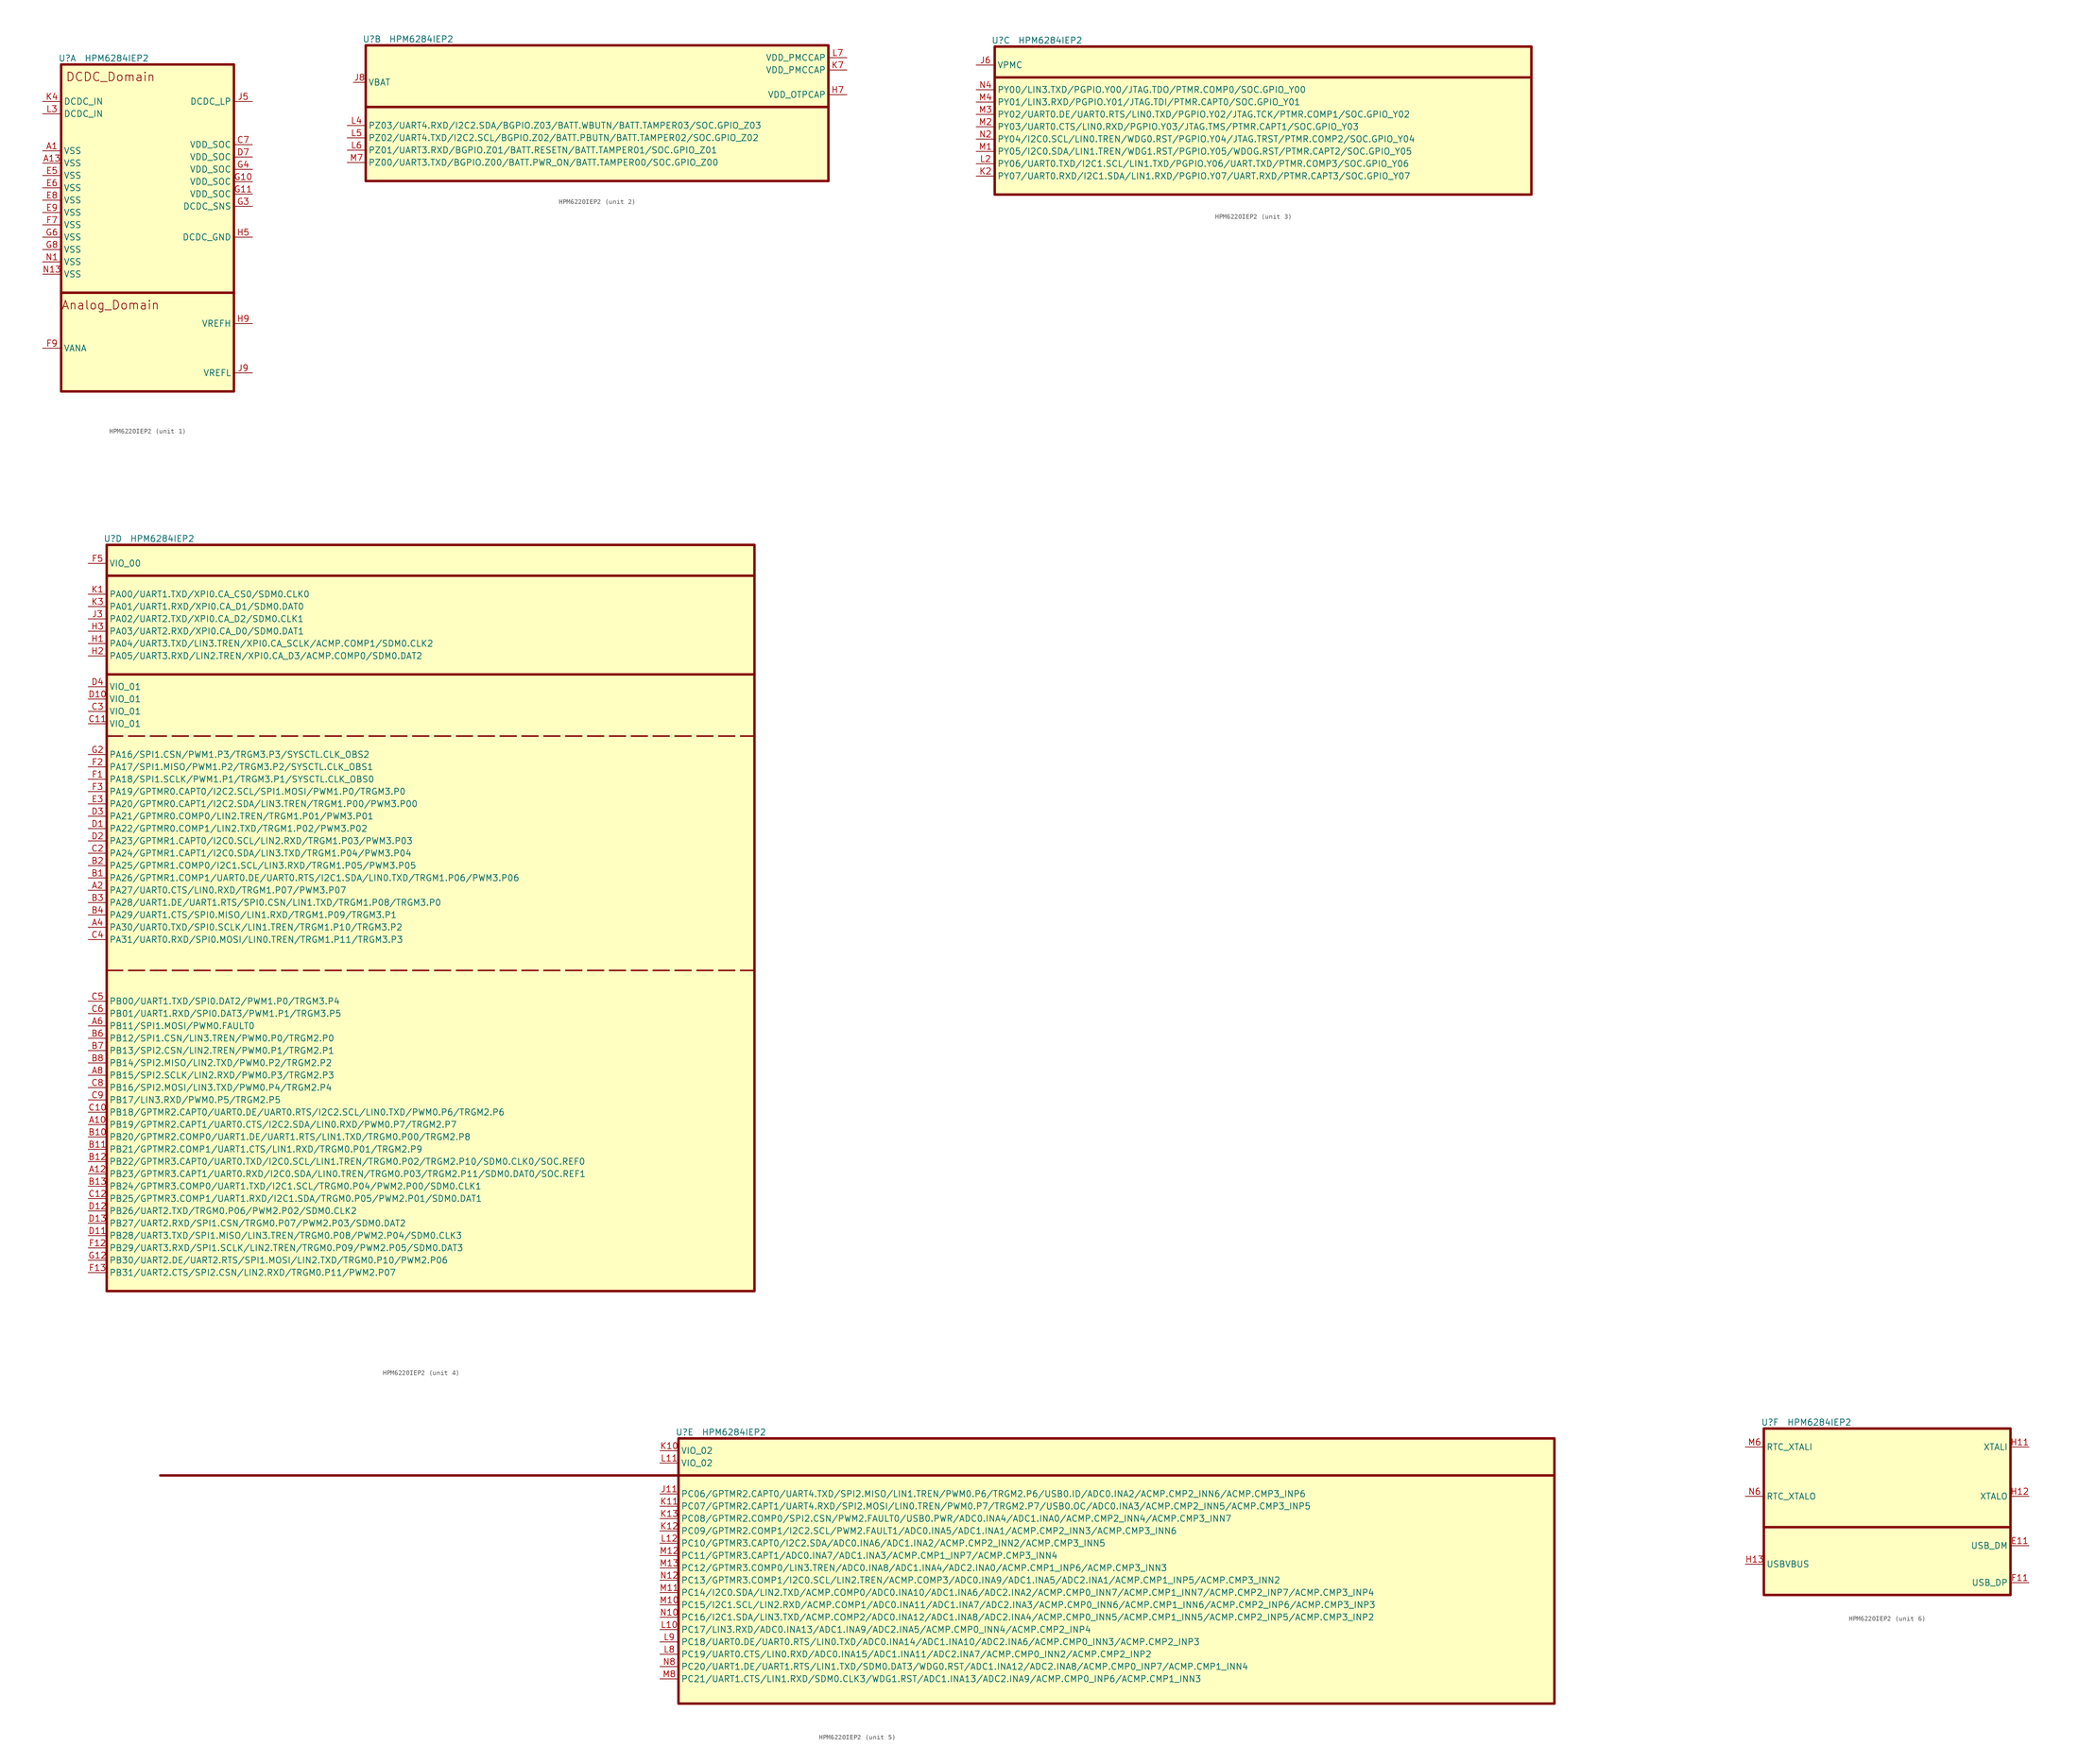
<source format=kicad_sym>
(kicad_symbol_lib
  (version 20220914)
  (generator kicad_symbol_editor)
  (symbol "HPM6220IEP2"
    (property "Reference" "U"
      (at 1.27 1.27 0)
      (effects (font (size 1.27 1.27))))
    (property "Value" "HPM6284IEP2"
      (at 11.43 1.27 0)
      (effects (font (size 1.27 1.27))))
    (symbol "HPM6220IEP2_1_1"
      (polyline (pts (xy 0 -46.99) (xy 35.56 -46.99)) (stroke (width 0.508) (type default)) (fill (type none)))
      (rectangle (start 0 0) (end 35.56 -67.31) (stroke (width 0.5) (type default)) (fill (type background)))
      (text "Analog_Domain" (at 10.16 -49.53 0) (effects (font (size 1.778 1.778))))
      (text "DCDC_Domain" (at 10.16 -2.54 0) (effects (font (size 1.778 1.778))))
      (pin power_out line (at -3.81 -17.78 0) (length 3.81) (name "VSS" (effects (font (size 1.27 1.27)))) (number "A1" (effects (font (size 1.27 1.27)))))
      (pin power_out line (at -3.81 -20.32 0) (length 3.81) (name "VSS" (effects (font (size 1.27 1.27)))) (number "A13" (effects (font (size 1.27 1.27)))))
      (pin power_in line (at 39.37 -16.51 180) (length 3.81) (name "VDD_SOC" (effects (font (size 1.27 1.27)))) (number "C7" (effects (font (size 1.27 1.27)))))
      (pin power_in line (at 39.37 -19.05 180) (length 3.81) (name "VDD_SOC" (effects (font (size 1.27 1.27)))) (number "D7" (effects (font (size 1.27 1.27)))))
      (pin power_out line (at -3.81 -22.86 0) (length 3.81) (name "VSS" (effects (font (size 1.27 1.27)))) (number "E5" (effects (font (size 1.27 1.27)))))
      (pin power_out line (at -3.81 -25.4 0) (length 3.81) (name "VSS" (effects (font (size 1.27 1.27)))) (number "E6" (effects (font (size 1.27 1.27)))))
      (pin power_out line (at -3.81 -27.94 0) (length 3.81) (name "VSS" (effects (font (size 1.27 1.27)))) (number "E8" (effects (font (size 1.27 1.27)))))
      (pin power_out line (at -3.81 -30.48 0) (length 3.81) (name "VSS" (effects (font (size 1.27 1.27)))) (number "E9" (effects (font (size 1.27 1.27)))))
      (pin power_out line (at -3.81 -33.02 0) (length 3.81) (name "VSS" (effects (font (size 1.27 1.27)))) (number "F7" (effects (font (size 1.27 1.27)))))
      (pin power_in line (at -3.81 -58.42 0) (length 3.81) (name "VANA" (effects (font (size 1.27 1.27)))) (number "F9" (effects (font (size 1.27 1.27)))))
      (pin power_in line (at 39.37 -24.13 180) (length 3.81) (name "VDD_SOC" (effects (font (size 1.27 1.27)))) (number "G10" (effects (font (size 1.27 1.27)))))
      (pin power_in line (at 39.37 -26.67 180) (length 3.81) (name "VDD_SOC" (effects (font (size 1.27 1.27)))) (number "G11" (effects (font (size 1.27 1.27)))))
      (pin input line (at 39.37 -29.21 180) (length 3.81) (name "DCDC_SNS" (effects (font (size 1.27 1.27)))) (number "G3" (effects (font (size 1.27 1.27)))))
      (pin power_in line (at 39.37 -21.59 180) (length 3.81) (name "VDD_SOC" (effects (font (size 1.27 1.27)))) (number "G4" (effects (font (size 1.27 1.27)))))
      (pin power_out line (at -3.81 -35.56 0) (length 3.81) (name "VSS" (effects (font (size 1.27 1.27)))) (number "G6" (effects (font (size 1.27 1.27)))))
      (pin power_out line (at -3.81 -38.1 0) (length 3.81) (name "VSS" (effects (font (size 1.27 1.27)))) (number "G8" (effects (font (size 1.27 1.27)))))
      (pin power_out line (at 39.37 -35.56 180) (length 3.81) (name "DCDC_GND" (effects (font (size 1.27 1.27)))) (number "H5" (effects (font (size 1.27 1.27)))))
      (pin power_in line (at 39.37 -53.34 180) (length 3.81) (name "VREFH" (effects (font (size 1.27 1.27)))) (number "H9" (effects (font (size 1.27 1.27)))))
      (pin power_out line (at 39.37 -7.62 180) (length 3.81) (name "DCDC_LP" (effects (font (size 1.27 1.27)))) (number "J5" (effects (font (size 1.27 1.27)))))
      (pin power_out line (at 39.37 -63.5 180) (length 3.81) (name "VREFL" (effects (font (size 1.27 1.27)))) (number "J9" (effects (font (size 1.27 1.27)))))
      (pin power_out line (at -3.81 -7.62 0) (length 3.81) (name "DCDC_IN" (effects (font (size 1.27 1.27)))) (number "K4" (effects (font (size 1.27 1.27)))))
      (pin power_out line (at -3.81 -10.16 0) (length 3.81) (name "DCDC_IN" (effects (font (size 1.27 1.27)))) (number "L3" (effects (font (size 1.27 1.27)))))
      (pin power_out line (at -3.81 -40.64 0) (length 3.81) (name "VSS" (effects (font (size 1.27 1.27)))) (number "N1" (effects (font (size 1.27 1.27)))))
      (pin power_out line (at -3.81 -43.18 0) (length 3.81) (name "VSS" (effects (font (size 1.27 1.27)))) (number "N13" (effects (font (size 1.27 1.27))))))
    (symbol "HPM6220IEP2_2_1"
      (polyline (pts (xy 0 -12.7) (xy 95.25 -12.7)) (stroke (width 0.508) (type default)) (fill (type none)))
      (rectangle (start 0 0) (end 95.25 -27.94) (stroke (width 0.508) (type default)) (fill (type background)))
      (pin power_out line (at 99.06 -10.16 180) (length 3.81) (name "VDD_OTPCAP" (effects (font (size 1.27 1.27)))) (number "H7" (effects (font (size 1.27 1.27)))))
      (pin power_in line (at -2.54 -7.62 0) (length 2.54) (name "VBAT" (effects (font (size 1.27 1.27)))) (number "J8" (effects (font (size 1.27 1.27)))))
      (pin power_out line (at 99.06 -5.08 180) (length 3.81) (name "VDD_PMCCAP" (effects (font (size 1.27 1.27)))) (number "K7" (effects (font (size 1.27 1.27)))))
      (pin bidirectional line (at -3.81 -16.51 0) (length 3.81) (name "PZ03/UART4.RXD/I2C2.SDA/BGPIO.Z03/BATT.WBUTN/BATT.TAMPER03/SOC.GPIO_Z03" (effects (font (size 1.27 1.27)))) (number "L4" (effects (font (size 1.27 1.27)))))
      (pin bidirectional line (at -3.81 -19.05 0) (length 3.81) (name "PZ02/UART4.TXD/I2C2.SCL/BGPIO.Z02/BATT.PBUTN/BATT.TAMPER02/SOC.GPIO_Z02" (effects (font (size 1.27 1.27)))) (number "L5" (effects (font (size 1.27 1.27)))))
      (pin bidirectional line (at -3.81 -21.59 0) (length 3.81) (name "PZ01/UART3.RXD/BGPIO.Z01/BATT.RESETN/BATT.TAMPER01/SOC.GPIO_Z01" (effects (font (size 1.27 1.27)))) (number "L6" (effects (font (size 1.27 1.27)))))
      (pin power_out line (at 99.06 -2.54 180) (length 3.81) (name "VDD_PMCCAP" (effects (font (size 1.27 1.27)))) (number "L7" (effects (font (size 1.27 1.27)))))
      (pin bidirectional line (at -3.81 -24.13 0) (length 3.81) (name "PZ00/UART3.TXD/BGPIO.Z00/BATT.PWR_ON/BATT.TAMPER00/SOC.GPIO_Z00" (effects (font (size 1.27 1.27)))) (number "M7" (effects (font (size 1.27 1.27))))))
    (symbol "HPM6220IEP2_3_1"
      (polyline (pts (xy 0 -6.35) (xy 110.49 -6.35)) (stroke (width 0.5) (type default)) (fill (type none)))
      (rectangle (start 0 0) (end 110.49 -30.48) (stroke (width 0.508) (type default)) (fill (type background)))
      (pin power_in line (at -3.81 -3.81 0) (length 3.81) (name "VPMC" (effects (font (size 1.27 1.27)))) (number "J6" (effects (font (size 1.27 1.27)))))
      (pin bidirectional line (at -3.81 -26.67 0) (length 3.81) (name "PY07/UART0.RXD/I2C1.SDA/LIN1.RXD/PGPIO.Y07/UART.RXD/PTMR.CAPT3/SOC.GPIO_Y07" (effects (font (size 1.27 1.27)))) (number "K2" (effects (font (size 1.27 1.27)))))
      (pin bidirectional line (at -3.81 -24.13 0) (length 3.81) (name "PY06/UART0.TXD/I2C1.SCL/LIN1.TXD/PGPIO.Y06/UART.TXD/PTMR.COMP3/SOC.GPIO_Y06" (effects (font (size 1.27 1.27)))) (number "L2" (effects (font (size 1.27 1.27)))))
      (pin bidirectional line (at -3.81 -21.59 0) (length 3.81) (name "PY05/I2C0.SDA/LIN1.TREN/WDG1.RST/PGPIO.Y05/WDOG.RST/PTMR.CAPT2/SOC.GPIO_Y05" (effects (font (size 1.27 1.27)))) (number "M1" (effects (font (size 1.27 1.27)))))
      (pin bidirectional line (at -3.81 -16.51 0) (length 3.81) (name "PY03/UART0.CTS/LIN0.RXD/PGPIO.Y03/JTAG.TMS/PTMR.CAPT1/SOC.GPIO_Y03" (effects (font (size 1.27 1.27)))) (number "M2" (effects (font (size 1.27 1.27)))))
      (pin bidirectional line (at -3.81 -13.97 0) (length 3.81) (name "PY02/UART0.DE/UART0.RTS/LIN0.TXD/PGPIO.Y02/JTAG.TCK/PTMR.COMP1/SOC.GPIO_Y02" (effects (font (size 1.27 1.27)))) (number "M3" (effects (font (size 1.27 1.27)))))
      (pin bidirectional line (at -3.81 -11.43 0) (length 3.81) (name "PY01/LIN3.RXD/PGPIO.Y01/JTAG.TDI/PTMR.CAPT0/SOC.GPIO_Y01" (effects (font (size 1.27 1.27)))) (number "M4" (effects (font (size 1.27 1.27)))))
      (pin bidirectional line (at -3.81 -19.05 0) (length 3.81) (name "PY04/I2C0.SCL/LIN0.TREN/WDG0.RST/PGPIO.Y04/JTAG.TRST/PTMR.COMP2/SOC.GPIO_Y04" (effects (font (size 1.27 1.27)))) (number "N2" (effects (font (size 1.27 1.27)))))
      (pin bidirectional line (at -3.81 -8.89 0) (length 3.81) (name "PY00/LIN3.TXD/PGPIO.Y00/JTAG.TDO/PTMR.COMP0/SOC.GPIO_Y00" (effects (font (size 1.27 1.27)))) (number "N4" (effects (font (size 1.27 1.27))))))
    (symbol "HPM6220IEP2_4_1"
      (polyline (pts (xy 0 -87.63) (xy 133.35 -87.63)) (stroke (width 0.3) (type dash)) (fill (type none)))
      (polyline (pts (xy 0 -39.37) (xy 133.35 -39.37)) (stroke (width 0.3) (type dash)) (fill (type none)))
      (polyline (pts (xy 0 -26.67) (xy 133.35 -26.67)) (stroke (width 0.5) (type default)) (fill (type none)))
      (polyline (pts (xy 0 -6.35) (xy 133.35 -6.35)) (stroke (width 0.5) (type default)) (fill (type none)))
      (rectangle (start 0 0) (end 133.35 -153.67) (stroke (width 0.508) (type default)) (fill (type background)))
      (pin bidirectional line (at -3.81 -119.38 0) (length 3.81) (name "PB19/GPTMR2.CAPT1/UART0.CTS/I2C2.SDA/LIN0.RXD/PWM0.P7/TRGM2.P7" (effects (font (size 1.27 1.27)))) (number "A10" (effects (font (size 1.27 1.27)))))
      (pin bidirectional line (at -3.81 -129.54 0) (length 3.81) (name "PB23/GPTMR3.CAPT1/UART0.RXD/I2C0.SDA/LIN0.TREN/TRGM0.P03/TRGM2.P11/SDM0.DAT0/SOC.REF1" (effects (font (size 1.27 1.27)))) (number "A12" (effects (font (size 1.27 1.27)))))
      (pin bidirectional line (at -3.81 -71.12 0) (length 3.81) (name "PA27/UART0.CTS/LIN0.RXD/TRGM1.P07/PWM3.P07" (effects (font (size 1.27 1.27)))) (number "A2" (effects (font (size 1.27 1.27)))))
      (pin bidirectional line (at -3.81 -78.74 0) (length 3.81) (name "PA30/UART0.TXD/SPI0.SCLK/LIN1.TREN/TRGM1.P10/TRGM3.P2" (effects (font (size 1.27 1.27)))) (number "A4" (effects (font (size 1.27 1.27)))))
      (pin bidirectional line (at -3.81 -99.06 0) (length 3.81) (name "PB11/SPI1.MOSI/PWM0.FAULT0" (effects (font (size 1.27 1.27)))) (number "A6" (effects (font (size 1.27 1.27)))))
      (pin bidirectional line (at -3.81 -109.22 0) (length 3.81) (name "PB15/SPI2.SCLK/LIN2.RXD/PWM0.P3/TRGM2.P3" (effects (font (size 1.27 1.27)))) (number "A8" (effects (font (size 1.27 1.27)))))
      (pin bidirectional line (at -3.81 -68.58 0) (length 3.81) (name "PA26/GPTMR1.COMP1/UART0.DE/UART0.RTS/I2C1.SDA/LIN0.TXD/TRGM1.P06/PWM3.P06" (effects (font (size 1.27 1.27)))) (number "B1" (effects (font (size 1.27 1.27)))))
      (pin bidirectional line (at -3.81 -121.92 0) (length 3.81) (name "PB20/GPTMR2.COMP0/UART1.DE/UART1.RTS/LIN1.TXD/TRGM0.P00/TRGM2.P8" (effects (font (size 1.27 1.27)))) (number "B10" (effects (font (size 1.27 1.27)))))
      (pin bidirectional line (at -3.81 -124.46 0) (length 3.81) (name "PB21/GPTMR2.COMP1/UART1.CTS/LIN1.RXD/TRGM0.P01/TRGM2.P9" (effects (font (size 1.27 1.27)))) (number "B11" (effects (font (size 1.27 1.27)))))
      (pin bidirectional line (at -3.81 -127 0) (length 3.81) (name "PB22/GPTMR3.CAPT0/UART0.TXD/I2C0.SCL/LIN1.TREN/TRGM0.P02/TRGM2.P10/SDM0.CLK0/SOC.REF0" (effects (font (size 1.27 1.27)))) (number "B12" (effects (font (size 1.27 1.27)))))
      (pin bidirectional line (at -3.81 -132.08 0) (length 3.81) (name "PB24/GPTMR3.COMP0/UART1.TXD/I2C1.SCL/TRGM0.P04/PWM2.P00/SDM0.CLK1" (effects (font (size 1.27 1.27)))) (number "B13" (effects (font (size 1.27 1.27)))))
      (pin bidirectional line (at -3.81 -66.04 0) (length 3.81) (name "PA25/GPTMR1.COMP0/I2C1.SCL/LIN3.RXD/TRGM1.P05/PWM3.P05" (effects (font (size 1.27 1.27)))) (number "B2" (effects (font (size 1.27 1.27)))))
      (pin bidirectional line (at -3.81 -73.66 0) (length 3.81) (name "PA28/UART1.DE/UART1.RTS/SPI0.CSN/LIN1.TXD/TRGM1.P08/TRGM3.P0" (effects (font (size 1.27 1.27)))) (number "B3" (effects (font (size 1.27 1.27)))))
      (pin bidirectional line (at -3.81 -76.2 0) (length 3.81) (name "PA29/UART1.CTS/SPI0.MISO/LIN1.RXD/TRGM1.P09/TRGM3.P1" (effects (font (size 1.27 1.27)))) (number "B4" (effects (font (size 1.27 1.27)))))
      (pin bidirectional line (at -3.81 -101.6 0) (length 3.81) (name "PB12/SPI1.CSN/LIN3.TREN/PWM0.P0/TRGM2.P0" (effects (font (size 1.27 1.27)))) (number "B6" (effects (font (size 1.27 1.27)))))
      (pin bidirectional line (at -3.81 -104.14 0) (length 3.81) (name "PB13/SPI2.CSN/LIN2.TREN/PWM0.P1/TRGM2.P1" (effects (font (size 1.27 1.27)))) (number "B7" (effects (font (size 1.27 1.27)))))
      (pin bidirectional line (at -3.81 -106.68 0) (length 3.81) (name "PB14/SPI2.MISO/LIN2.TXD/PWM0.P2/TRGM2.P2" (effects (font (size 1.27 1.27)))) (number "B8" (effects (font (size 1.27 1.27)))))
      (pin bidirectional line (at -3.81 -116.84 0) (length 3.81) (name "PB18/GPTMR2.CAPT0/UART0.DE/UART0.RTS/I2C2.SCL/LIN0.TXD/PWM0.P6/TRGM2.P6" (effects (font (size 1.27 1.27)))) (number "C10" (effects (font (size 1.27 1.27)))))
      (pin power_in line (at -3.81 -36.83 0) (length 3.81) (name "VIO_01" (effects (font (size 1.27 1.27)))) (number "C11" (effects (font (size 1.27 1.27)))))
      (pin bidirectional line (at -3.81 -134.62 0) (length 3.81) (name "PB25/GPTMR3.COMP1/UART1.RXD/I2C1.SDA/TRGM0.P05/PWM2.P01/SDM0.DAT1" (effects (font (size 1.27 1.27)))) (number "C12" (effects (font (size 1.27 1.27)))))
      (pin bidirectional line (at -3.81 -63.5 0) (length 3.81) (name "PA24/GPTMR1.CAPT1/I2C0.SDA/LIN3.TXD/TRGM1.P04/PWM3.P04" (effects (font (size 1.27 1.27)))) (number "C2" (effects (font (size 1.27 1.27)))))
      (pin power_in line (at -3.81 -34.29 0) (length 3.81) (name "VIO_01" (effects (font (size 1.27 1.27)))) (number "C3" (effects (font (size 1.27 1.27)))))
      (pin bidirectional line (at -3.81 -81.28 0) (length 3.81) (name "PA31/UART0.RXD/SPI0.MOSI/LIN0.TREN/TRGM1.P11/TRGM3.P3" (effects (font (size 1.27 1.27)))) (number "C4" (effects (font (size 1.27 1.27)))))
      (pin bidirectional line (at -3.81 -93.98 0) (length 3.81) (name "PB00/UART1.TXD/SPI0.DAT2/PWM1.P0/TRGM3.P4" (effects (font (size 1.27 1.27)))) (number "C5" (effects (font (size 1.27 1.27)))))
      (pin bidirectional line (at -3.81 -96.52 0) (length 3.81) (name "PB01/UART1.RXD/SPI0.DAT3/PWM1.P1/TRGM3.P5" (effects (font (size 1.27 1.27)))) (number "C6" (effects (font (size 1.27 1.27)))))
      (pin bidirectional line (at -3.81 -111.76 0) (length 3.81) (name "PB16/SPI2.MOSI/LIN3.TXD/PWM0.P4/TRGM2.P4" (effects (font (size 1.27 1.27)))) (number "C8" (effects (font (size 1.27 1.27)))))
      (pin bidirectional line (at -3.81 -114.3 0) (length 3.81) (name "PB17/LIN3.RXD/PWM0.P5/TRGM2.P5" (effects (font (size 1.27 1.27)))) (number "C9" (effects (font (size 1.27 1.27)))))
      (pin bidirectional line (at -3.81 -58.42 0) (length 3.81) (name "PA22/GPTMR0.COMP1/LIN2.TXD/TRGM1.P02/PWM3.P02" (effects (font (size 1.27 1.27)))) (number "D1" (effects (font (size 1.27 1.27)))))
      (pin power_in line (at -3.81 -31.75 0) (length 3.81) (name "VIO_01" (effects (font (size 1.27 1.27)))) (number "D10" (effects (font (size 1.27 1.27)))))
      (pin bidirectional line (at -3.81 -142.24 0) (length 3.81) (name "PB28/UART3.TXD/SPI1.MISO/LIN3.TREN/TRGM0.P08/PWM2.P04/SDM0.CLK3" (effects (font (size 1.27 1.27)))) (number "D11" (effects (font (size 1.27 1.27)))))
      (pin bidirectional line (at -3.81 -137.16 0) (length 3.81) (name "PB26/UART2.TXD/TRGM0.P06/PWM2.P02/SDM0.CLK2" (effects (font (size 1.27 1.27)))) (number "D12" (effects (font (size 1.27 1.27)))))
      (pin bidirectional line (at -3.81 -139.7 0) (length 3.81) (name "PB27/UART2.RXD/SPI1.CSN/TRGM0.P07/PWM2.P03/SDM0.DAT2" (effects (font (size 1.27 1.27)))) (number "D13" (effects (font (size 1.27 1.27)))))
      (pin bidirectional line (at -3.81 -60.96 0) (length 3.81) (name "PA23/GPTMR1.CAPT0/I2C0.SCL/LIN2.RXD/TRGM1.P03/PWM3.P03" (effects (font (size 1.27 1.27)))) (number "D2" (effects (font (size 1.27 1.27)))))
      (pin bidirectional line (at -3.81 -55.88 0) (length 3.81) (name "PA21/GPTMR0.COMP0/LIN2.TREN/TRGM1.P01/PWM3.P01" (effects (font (size 1.27 1.27)))) (number "D3" (effects (font (size 1.27 1.27)))))
      (pin power_in line (at -3.81 -29.21 0) (length 3.81) (name "VIO_01" (effects (font (size 1.27 1.27)))) (number "D4" (effects (font (size 1.27 1.27)))))
      (pin bidirectional line (at -3.81 -53.34 0) (length 3.81) (name "PA20/GPTMR0.CAPT1/I2C2.SDA/LIN3.TREN/TRGM1.P00/PWM3.P00" (effects (font (size 1.27 1.27)))) (number "E3" (effects (font (size 1.27 1.27)))))
      (pin bidirectional line (at -3.81 -48.26 0) (length 3.81) (name "PA18/SPI1.SCLK/PWM1.P1/TRGM3.P1/SYSCTL.CLK_OBS0" (effects (font (size 1.27 1.27)))) (number "F1" (effects (font (size 1.27 1.27)))))
      (pin bidirectional line (at -3.81 -144.78 0) (length 3.81) (name "PB29/UART3.RXD/SPI1.SCLK/LIN2.TREN/TRGM0.P09/PWM2.P05/SDM0.DAT3" (effects (font (size 1.27 1.27)))) (number "F12" (effects (font (size 1.27 1.27)))))
      (pin bidirectional line (at -3.81 -149.86 0) (length 3.81) (name "PB31/UART2.CTS/SPI2.CSN/LIN2.RXD/TRGM0.P11/PWM2.P07" (effects (font (size 1.27 1.27)))) (number "F13" (effects (font (size 1.27 1.27)))))
      (pin bidirectional line (at -3.81 -45.72 0) (length 3.81) (name "PA17/SPI1.MISO/PWM1.P2/TRGM3.P2/SYSCTL.CLK_OBS1" (effects (font (size 1.27 1.27)))) (number "F2" (effects (font (size 1.27 1.27)))))
      (pin bidirectional line (at -3.81 -50.8 0) (length 3.81) (name "PA19/GPTMR0.CAPT0/I2C2.SCL/SPI1.MOSI/PWM1.P0/TRGM3.P0" (effects (font (size 1.27 1.27)))) (number "F3" (effects (font (size 1.27 1.27)))))
      (pin power_in line (at -3.81 -3.81 0) (length 3.81) (name "VIO_00" (effects (font (size 1.27 1.27)))) (number "F5" (effects (font (size 1.27 1.27)))))
      (pin bidirectional line (at -3.81 -147.32 0) (length 3.81) (name "PB30/UART2.DE/UART2.RTS/SPI1.MOSI/LIN2.TXD/TRGM0.P10/PWM2.P06" (effects (font (size 1.27 1.27)))) (number "G12" (effects (font (size 1.27 1.27)))))
      (pin bidirectional line (at -3.81 -43.18 0) (length 3.81) (name "PA16/SPI1.CSN/PWM1.P3/TRGM3.P3/SYSCTL.CLK_OBS2" (effects (font (size 1.27 1.27)))) (number "G2" (effects (font (size 1.27 1.27)))))
      (pin bidirectional line (at -3.81 -20.32 0) (length 3.81) (name "PA04/UART3.TXD/LIN3.TREN/XPI0.CA_SCLK/ACMP.COMP1/SDM0.CLK2" (effects (font (size 1.27 1.27)))) (number "H1" (effects (font (size 1.27 1.27)))))
      (pin bidirectional line (at -3.81 -22.86 0) (length 3.81) (name "PA05/UART3.RXD/LIN2.TREN/XPI0.CA_D3/ACMP.COMP0/SDM0.DAT2" (effects (font (size 1.27 1.27)))) (number "H2" (effects (font (size 1.27 1.27)))))
      (pin bidirectional line (at -3.81 -17.78 0) (length 3.81) (name "PA03/UART2.RXD/XPI0.CA_D0/SDM0.DAT1" (effects (font (size 1.27 1.27)))) (number "H3" (effects (font (size 1.27 1.27)))))
      (pin bidirectional line (at -3.81 -15.24 0) (length 3.81) (name "PA02/UART2.TXD/XPI0.CA_D2/SDM0.CLK1" (effects (font (size 1.27 1.27)))) (number "J3" (effects (font (size 1.27 1.27)))))
      (pin bidirectional line (at -3.81 -10.16 0) (length 3.81) (name "PA00/UART1.TXD/XPI0.CA_CS0/SDM0.CLK0" (effects (font (size 1.27 1.27)))) (number "K1" (effects (font (size 1.27 1.27)))))
      (pin bidirectional line (at -3.81 -12.7 0) (length 3.81) (name "PA01/UART1.RXD/XPI0.CA_D1/SDM0.DAT0" (effects (font (size 1.27 1.27)))) (number "K3" (effects (font (size 1.27 1.27))))))
    (symbol "HPM6220IEP2_5_1"
      (polyline (pts (xy 180.34 -7.62) (xy -106.68 -7.62)) (stroke (width 0.5) (type default)) (fill (type none)))
      (rectangle (start 0 0) (end 180.34 -54.61) (stroke (width 0.508) (type default)) (fill (type background)))
      (pin bidirectional line (at -3.81 -11.43 0) (length 3.81) (name "PC06/GPTMR2.CAPT0/UART4.TXD/SPI2.MISO/LIN1.TREN/PWM0.P6/TRGM2.P6/USB0.ID/ADC0.INA2/ACMP.CMP2_INN6/ACMP.CMP3_INP6" (effects (font (size 1.27 1.27)))) (number "J11" (effects (font (size 1.27 1.27)))))
      (pin power_in line (at -3.81 -2.54 0) (length 3.81) (name "VIO_02" (effects (font (size 1.27 1.27)))) (number "K10" (effects (font (size 1.27 1.27)))))
      (pin bidirectional line (at -3.81 -13.97 0) (length 3.81) (name "PC07/GPTMR2.CAPT1/UART4.RXD/SPI2.MOSI/LIN0.TREN/PWM0.P7/TRGM2.P7/USB0.OC/ADC0.INA3/ACMP.CMP2_INN5/ACMP.CMP3_INP5" (effects (font (size 1.27 1.27)))) (number "K11" (effects (font (size 1.27 1.27)))))
      (pin bidirectional line (at -3.81 -19.05 0) (length 3.81) (name "PC09/GPTMR2.COMP1/I2C2.SCL/PWM2.FAULT1/ADC0.INA5/ADC1.INA1/ACMP.CMP2_INN3/ACMP.CMP3_INN6" (effects (font (size 1.27 1.27)))) (number "K12" (effects (font (size 1.27 1.27)))))
      (pin bidirectional line (at -3.81 -16.51 0) (length 3.81) (name "PC08/GPTMR2.COMP0/SPI2.CSN/PWM2.FAULT0/USB0.PWR/ADC0.INA4/ADC1.INA0/ACMP.CMP2_INN4/ACMP.CMP3_INN7" (effects (font (size 1.27 1.27)))) (number "K13" (effects (font (size 1.27 1.27)))))
      (pin bidirectional line (at -3.81 -39.37 0) (length 3.81) (name "PC17/LIN3.RXD/ADC0.INA13/ADC1.INA9/ADC2.INA5/ACMP.CMP0_INN4/ACMP.CMP2_INP4" (effects (font (size 1.27 1.27)))) (number "L10" (effects (font (size 1.27 1.27)))))
      (pin power_in line (at -3.81 -5.08 0) (length 3.81) (name "VIO_02" (effects (font (size 1.27 1.27)))) (number "L11" (effects (font (size 1.27 1.27)))))
      (pin bidirectional line (at -3.81 -21.59 0) (length 3.81) (name "PC10/GPTMR3.CAPT0/I2C2.SDA/ADC0.INA6/ADC1.INA2/ACMP.CMP2_INN2/ACMP.CMP3_INN5" (effects (font (size 1.27 1.27)))) (number "L12" (effects (font (size 1.27 1.27)))))
      (pin bidirectional line (at -3.81 -44.45 0) (length 3.81) (name "PC19/UART0.CTS/LIN0.RXD/ADC0.INA15/ADC1.INA11/ADC2.INA7/ACMP.CMP0_INN2/ACMP.CMP2_INP2" (effects (font (size 1.27 1.27)))) (number "L8" (effects (font (size 1.27 1.27)))))
      (pin bidirectional line (at -3.81 -41.91 0) (length 3.81) (name "PC18/UART0.DE/UART0.RTS/LIN0.TXD/ADC0.INA14/ADC1.INA10/ADC2.INA6/ACMP.CMP0_INN3/ACMP.CMP2_INP3" (effects (font (size 1.27 1.27)))) (number "L9" (effects (font (size 1.27 1.27)))))
      (pin bidirectional line (at -3.81 -34.29 0) (length 3.81) (name "PC15/I2C1.SCL/LIN2.RXD/ACMP.COMP1/ADC0.INA11/ADC1.INA7/ADC2.INA3/ACMP.CMP0_INN6/ACMP.CMP1_INN6/ACMP.CMP2_INP6/ACMP.CMP3_INP3" (effects (font (size 1.27 1.27)))) (number "M10" (effects (font (size 1.27 1.27)))))
      (pin bidirectional line (at -3.81 -31.75 0) (length 3.81) (name "PC14/I2C0.SDA/LIN2.TXD/ACMP.COMP0/ADC0.INA10/ADC1.INA6/ADC2.INA2/ACMP.CMP0_INN7/ACMP.CMP1_INN7/ACMP.CMP2_INP7/ACMP.CMP3_INP4" (effects (font (size 1.27 1.27)))) (number "M11" (effects (font (size 1.27 1.27)))))
      (pin bidirectional line (at -3.81 -24.13 0) (length 3.81) (name "PC11/GPTMR3.CAPT1/ADC0.INA7/ADC1.INA3/ACMP.CMP1_INP7/ACMP.CMP3_INN4" (effects (font (size 1.27 1.27)))) (number "M12" (effects (font (size 1.27 1.27)))))
      (pin bidirectional line (at -3.81 -26.67 0) (length 3.81) (name "PC12/GPTMR3.COMP0/LIN3.TREN/ADC0.INA8/ADC1.INA4/ADC2.INA0/ACMP.CMP1_INP6/ACMP.CMP3_INN3" (effects (font (size 1.27 1.27)))) (number "M13" (effects (font (size 1.27 1.27)))))
      (pin bidirectional line (at -3.81 -49.53 0) (length 3.81) (name "PC21/UART1.CTS/LIN1.RXD/SDM0.CLK3/WDG1.RST/ADC1.INA13/ADC2.INA9/ACMP.CMP0_INP6/ACMP.CMP1_INN3" (effects (font (size 1.27 1.27)))) (number "M8" (effects (font (size 1.27 1.27)))))
      (pin bidirectional line (at -3.81 -36.83 0) (length 3.81) (name "PC16/I2C1.SDA/LIN3.TXD/ACMP.COMP2/ADC0.INA12/ADC1.INA8/ADC2.INA4/ACMP.CMP0_INN5/ACMP.CMP1_INN5/ACMP.CMP2_INP5/ACMP.CMP3_INP2" (effects (font (size 1.27 1.27)))) (number "N10" (effects (font (size 1.27 1.27)))))
      (pin bidirectional line (at -3.81 -29.21 0) (length 3.81) (name "PC13/GPTMR3.COMP1/I2C0.SCL/LIN2.TREN/ACMP.COMP3/ADC0.INA9/ADC1.INA5/ADC2.INA1/ACMP.CMP1_INP5/ACMP.CMP3_INN2" (effects (font (size 1.27 1.27)))) (number "N12" (effects (font (size 1.27 1.27)))))
      (pin bidirectional line (at -3.81 -46.99 0) (length 3.81) (name "PC20/UART1.DE/UART1.RTS/LIN1.TXD/SDM0.DAT3/WDG0.RST/ADC1.INA12/ADC2.INA8/ACMP.CMP0_INP7/ACMP.CMP1_INN4" (effects (font (size 1.27 1.27)))) (number "N8" (effects (font (size 1.27 1.27))))))
    (symbol "HPM6220IEP2_6_1"
      (polyline (pts (xy 0 -20.32) (xy 50.8 -20.32)) (stroke (width 0.5) (type default)) (fill (type none)))
      (rectangle (start 0 0) (end 50.8 -34.29) (stroke (width 0.508) (type default)) (fill (type background)))
      (pin bidirectional line (at 54.61 -24.13 180) (length 3.81) (name "USB_DM" (effects (font (size 1.27 1.27)))) (number "E11" (effects (font (size 1.27 1.27)))))
      (pin bidirectional line (at 54.61 -31.75 180) (length 3.81) (name "USB_DP" (effects (font (size 1.27 1.27)))) (number "F11" (effects (font (size 1.27 1.27)))))
      (pin input line (at 54.61 -3.81 180) (length 3.81) (name "XTALI" (effects (font (size 1.27 1.27)))) (number "H11" (effects (font (size 1.27 1.27)))))
      (pin output line (at 54.61 -13.97 180) (length 3.81) (name "XTALO" (effects (font (size 1.27 1.27)))) (number "H12" (effects (font (size 1.27 1.27)))))
      (pin power_in line (at -3.81 -27.94 0) (length 3.81) (name "USBVBUS" (effects (font (size 1.27 1.27)))) (number "H13" (effects (font (size 1.27 1.27)))))
      (pin output line (at -3.81 -3.81 0) (length 3.81) (name "RTC_XTALI" (effects (font (size 1.27 1.27)))) (number "M6" (effects (font (size 1.27 1.27)))))
      (pin input line (at -3.81 -13.97 0) (length 3.81) (name "RTC_XTALO" (effects (font (size 1.27 1.27)))) (number "N6" (effects (font (size 1.27 1.27))))))))
</source>
